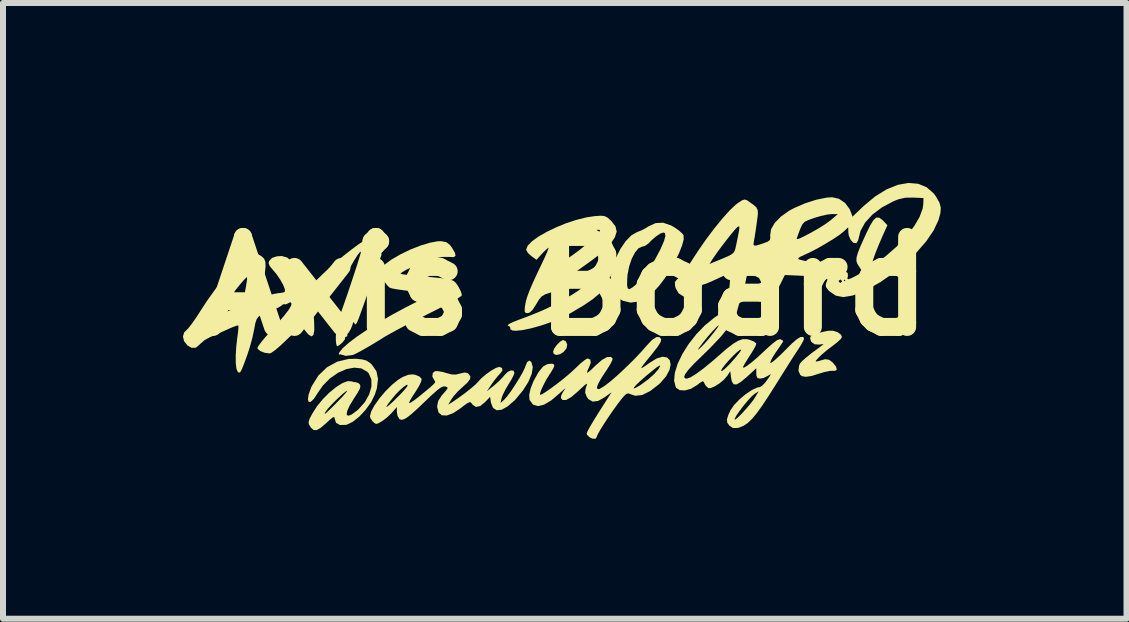
<source format=kicad_pcb>
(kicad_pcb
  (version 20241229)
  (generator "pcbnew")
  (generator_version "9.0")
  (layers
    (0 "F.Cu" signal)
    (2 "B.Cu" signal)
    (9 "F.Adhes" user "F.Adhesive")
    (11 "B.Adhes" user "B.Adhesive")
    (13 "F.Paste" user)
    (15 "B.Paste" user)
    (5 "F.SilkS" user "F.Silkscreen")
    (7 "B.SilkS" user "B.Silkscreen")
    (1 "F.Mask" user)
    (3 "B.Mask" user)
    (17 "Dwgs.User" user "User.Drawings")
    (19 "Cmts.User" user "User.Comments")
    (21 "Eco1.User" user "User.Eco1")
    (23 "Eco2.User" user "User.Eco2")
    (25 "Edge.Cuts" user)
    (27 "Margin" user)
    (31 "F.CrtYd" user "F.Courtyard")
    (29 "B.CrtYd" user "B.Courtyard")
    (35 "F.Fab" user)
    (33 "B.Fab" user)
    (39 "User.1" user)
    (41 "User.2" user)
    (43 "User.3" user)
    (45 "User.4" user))
  (footprint "Axis Board"
    (layer "F.Cu")
    (at 6.394 1.722)
    (property "Reference" "Axis Board" (at 0 0 0) (layer "F.SilkS") (effects (font (size 1.5 1.5) (thickness 0.3))))
    (attr board_only exclude_from_pos_files exclude_from_bom)
    (fp_poly (pts (xy -3.221 -0.798) (xy -3.235 -0.784) (xy -3.249 -0.798) (xy -3.235 -0.812)) (stroke (width 0) (type solid)) (fill yes) (layer "F.SilkS"))
    (fp_poly (pts (xy -0.01 0.919) (xy 0.012 0.973) (xy 0.001 1.034) (xy -0.048 1.095) (xy -0.109 1.133) (xy -0.168 1.146) (xy -0.211 1.129) (xy -0.224 1.091) (xy -0.205 1.04) (xy -0.161 0.978) (xy -0.107 0.924) (xy -0.061 0.897) (xy -0.055 0.896)) (stroke (width 0) (type solid)) (fill yes) (layer "F.SilkS"))
    (fp_poly (pts (xy 4.523 0.767) (xy 4.577 0.809) (xy 4.592 0.848) (xy 4.571 0.881) (xy 4.515 0.933) (xy 4.44 0.991) (xy 4.346 1.062) (xy 4.259 1.136) (xy 4.209 1.183) (xy 4.167 1.229) (xy 4.152 1.252) (xy 4.173 1.254) (xy 4.235 1.238) (xy 4.312 1.216) (xy 4.379 1.226) (xy 4.438 1.271) (xy 4.493 1.339) (xy 4.507 1.388) (xy 4.48 1.41) (xy 4.446 1.409) (xy 4.386 1.412) (xy 4.296 1.431) (xy 4.217 1.455) (xy 4.084 1.496) (xy 3.99 1.51) (xy 3.926 1.499) (xy 3.898 1.479) (xy 3.867 1.411) (xy 3.877 1.325) (xy 3.892 1.289) (xy 3.927 1.248) (xy 3.995 1.188) (xy 4.082 1.118) (xy 4.102 1.103) (xy 4.187 1.041) (xy 4.25 0.993) (xy 4.283 0.967) (xy 4.285 0.965) (xy 4.261 0.966) (xy 4.215 0.973) (xy 4.134 0.967) (xy 4.078 0.924) (xy 4.061 0.866) (xy 4.07 0.836) (xy 4.104 0.81) (xy 4.171 0.786) (xy 4.281 0.759) (xy 4.363 0.742) (xy 4.445 0.742)) (stroke (width 0) (type solid)) (fill yes) (layer "F.SilkS"))
    (fp_poly (pts (xy 1.747 -1.012) (xy 1.802 -0.98) (xy 1.878 -0.926) (xy 1.934 -0.875) (xy 1.951 -0.851) (xy 1.954 -0.782) (xy 1.927 -0.68) (xy 1.877 -0.553) (xy 1.808 -0.412) (xy 1.726 -0.267) (xy 1.636 -0.129) (xy 1.543 -0.007) (xy 1.481 0.061) (xy 1.336 0.185) (xy 1.2 0.255) (xy 1.068 0.273) (xy 0.936 0.241) (xy 0.935 0.24) (xy 0.859 0.19) (xy 0.79 0.12) (xy 0.785 0.114) (xy 0.751 0.058) (xy 0.735 0.00041) (xy 0.734 -0.024) (xy 1.01 -0.024) (xy 1.02 0.036) (xy 1.049 0.049) (xy 1.102 0.018) (xy 1.164 -0.033) (xy 1.265 -0.14) (xy 1.374 -0.284) (xy 1.479 -0.452) (xy 1.57 -0.624) (xy 1.625 -0.753) (xy 1.649 -0.839) (xy 1.641 -0.886) (xy 1.614 -0.896) (xy 1.563 -0.878) (xy 1.492 -0.83) (xy 1.418 -0.767) (xy 1.368 -0.715) (xy 1.308 -0.672) (xy 1.257 -0.659) (xy 1.199 -0.632) (xy 1.141 -0.561) (xy 1.087 -0.457) (xy 1.045 -0.331) (xy 1.018 -0.195) (xy 1.013 -0.136) (xy 1.01 -0.024) (xy 0.734 -0.024) (xy 0.733 -0.078) (xy 0.739 -0.158) (xy 0.768 -0.316) (xy 0.824 -0.475) (xy 0.9 -0.624) (xy 0.988 -0.753) (xy 1.083 -0.85) (xy 1.178 -0.904) (xy 1.187 -0.907) (xy 1.256 -0.934) (xy 1.339 -0.98) (xy 1.361 -0.995) (xy 1.486 -1.053) (xy 1.612 -1.059)) (stroke (width 0) (type solid)) (fill yes) (layer "F.SilkS"))
    (fp_poly (pts (xy -2.002 -0.734) (xy -1.943 -0.688) (xy -1.912 -0.647) (xy -1.86 -0.559) (xy -1.85 -0.506) (xy -1.881 -0.485) (xy -1.953 -0.489) (xy -2.066 -0.489) (xy -2.215 -0.458) (xy -2.254 -0.446) (xy -2.358 -0.41) (xy -2.47 -0.366) (xy -2.578 -0.319) (xy -2.67 -0.275) (xy -2.737 -0.237) (xy -2.766 -0.212) (xy -2.765 -0.208) (xy -2.734 -0.2) (xy -2.659 -0.19) (xy -2.551 -0.178) (xy -2.434 -0.167) (xy -2.246 -0.151) (xy -2.105 -0.137) (xy -2.004 -0.124) (xy -1.934 -0.11) (xy -1.886 -0.091) (xy -1.854 -0.066) (xy -1.828 -0.033) (xy -1.803 0.004) (xy -1.764 0.079) (xy -1.746 0.138) (xy -1.747 0.155) (xy -1.775 0.178) (xy -1.846 0.221) (xy -1.953 0.28) (xy -2.088 0.351) (xy -2.244 0.43) (xy -2.316 0.466) (xy -2.491 0.554) (xy -2.662 0.641) (xy -2.817 0.723) (xy -2.945 0.793) (xy -3.037 0.846) (xy -3.052 0.856) (xy -3.165 0.926) (xy -3.282 0.996) (xy -3.392 1.059) (xy -3.484 1.109) (xy -3.546 1.139) (xy -3.564 1.145) (xy -3.592 1.15) (xy -3.681 1.161) (xy -3.726 1.147) (xy -3.774 1.135) (xy -3.789 1.139) (xy -3.798 1.132) (xy -3.785 1.1) (xy -3.729 1.031) (xy -3.629 0.942) (xy -3.491 0.838) (xy -3.321 0.723) (xy -3.125 0.601) (xy -2.91 0.476) (xy -2.682 0.353) (xy -2.619 0.321) (xy -2.222 0.119) (xy -2.559 0.085) (xy -2.695 0.07) (xy -2.813 0.053) (xy -2.901 0.038) (xy -2.946 0.025) (xy -2.987 -0.013) (xy -3.04 -0.082) (xy -3.071 -0.131) (xy -3.147 -0.261) (xy -3.037 -0.357) (xy -2.918 -0.445) (xy -2.769 -0.531) (xy -2.605 -0.611) (xy -2.437 -0.677) (xy -2.28 -0.725) (xy -2.147 -0.75) (xy -2.085 -0.751)) (stroke (width 0) (type solid)) (fill yes) (layer "F.SilkS"))
    (fp_poly (pts (xy -3.406 1.22) (xy -3.335 1.239) (xy -3.279 1.275) (xy -3.245 1.307) (xy -3.169 1.416) (xy -3.142 1.546) (xy -3.161 1.701) (xy -3.195 1.806) (xy -3.258 1.934) (xy -3.349 2.06) (xy -3.454 2.173) (xy -3.562 2.259) (xy -3.662 2.308) (xy -3.679 2.311) (xy -3.778 2.313) (xy -3.842 2.277) (xy -3.865 2.206) (xy -3.865 2.205) (xy -3.871 2.181) (xy -3.895 2.186) (xy -3.945 2.225) (xy -4.003 2.279) (xy -4.096 2.359) (xy -4.164 2.398) (xy -4.214 2.398) (xy -4.258 2.361) (xy -4.272 2.34) (xy -4.296 2.298) (xy -4.299 2.259) (xy -4.281 2.206) (xy -4.239 2.126) (xy -4.031 2.126) (xy -4.026 2.128) (xy -4.004 2.11) (xy -3.951 2.06) (xy -3.877 1.987) (xy -3.823 1.932) (xy -3.729 1.835) (xy -3.673 1.77) (xy -3.655 1.741) (xy -3.674 1.749) (xy -3.731 1.795) (xy -3.826 1.882) (xy -3.827 1.883) (xy -3.911 1.967) (xy -3.978 2.041) (xy -4.02 2.097) (xy -4.031 2.126) (xy -4.239 2.126) (xy -4.238 2.124) (xy -4.16 2.001) (xy -4.062 1.882) (xy -3.953 1.773) (xy -3.842 1.682) (xy -3.738 1.616) (xy -3.649 1.582) (xy -3.589 1.585) (xy -3.532 1.6) (xy -3.511 1.6) (xy -3.469 1.615) (xy -3.446 1.636) (xy -3.435 1.665) (xy -3.446 1.71) (xy -3.484 1.779) (xy -3.541 1.867) (xy -3.617 1.992) (xy -3.658 2.085) (xy -3.664 2.142) (xy -3.638 2.16) (xy -3.579 2.137) (xy -3.49 2.07) (xy -3.468 2.051) (xy -3.362 1.932) (xy -3.289 1.802) (xy -3.252 1.673) (xy -3.253 1.553) (xy -3.296 1.454) (xy -3.321 1.426) (xy -3.419 1.37) (xy -3.539 1.357) (xy -3.672 1.382) (xy -3.809 1.443) (xy -3.942 1.535) (xy -4.061 1.655) (xy -4.15 1.783) (xy -4.214 1.88) (xy -4.265 1.927) (xy -4.298 1.927) (xy -4.311 1.885) (xy -4.299 1.806) (xy -4.259 1.693) (xy -4.247 1.666) (xy -4.136 1.488) (xy -3.992 1.35) (xy -3.822 1.257) (xy -3.632 1.212) (xy -3.511 1.209)) (stroke (width 0) (type solid)) (fill yes) (layer "F.SilkS"))
    (fp_poly (pts (xy 0.632 -1.17) (xy 0.679 -1.148) (xy 0.732 -1.102) (xy 0.744 -1.091) (xy 0.816 -1) (xy 0.837 -0.911) (xy 0.806 -0.815) (xy 0.755 -0.739) (xy 0.694 -0.665) (xy 0.628 -0.597) (xy 0.547 -0.527) (xy 0.439 -0.445) (xy 0.325 -0.362) (xy 0.131 -0.224) (xy 0.284 -0.224) (xy 0.379 -0.22) (xy 0.443 -0.202) (xy 0.498 -0.16) (xy 0.527 -0.132) (xy 0.581 -0.069) (xy 0.612 -0.018) (xy 0.616 -0.005) (xy 0.597 0.059) (xy 0.537 0.133) (xy 0.433 0.219) (xy 0.284 0.32) (xy 0.085 0.438) (xy 0.026 0.472) (xy -0.11 0.539) (xy -0.266 0.601) (xy -0.43 0.657) (xy -0.589 0.701) (xy -0.731 0.731) (xy -0.845 0.742) (xy -0.903 0.737) (xy -0.937 0.715) (xy -0.937 0.698) (xy -0.941 0.674) (xy -0.95 0.672) (xy -0.979 0.654) (xy -0.98 0.648) (xy -0.956 0.628) (xy -0.89 0.596) (xy -0.797 0.559) (xy -0.763 0.547) (xy -0.622 0.494) (xy -0.466 0.431) (xy -0.336 0.374) (xy -0.231 0.322) (xy -0.116 0.261) (xy 0.000237 0.195) (xy 0.107 0.132) (xy 0.194 0.076) (xy 0.252 0.033) (xy 0.271 0.01) (xy 0.271 0.009) (xy 0.236 0.006) (xy 0.161 0.014) (xy 0.058 0.031) (xy -0.058 0.054) (xy -0.176 0.081) (xy -0.259 0.103) (xy -0.352 0.133) (xy -0.412 0.168) (xy -0.46 0.224) (xy -0.504 0.298) (xy -0.564 0.392) (xy -0.615 0.439) (xy -0.648 0.448) (xy -0.684 0.443) (xy -0.698 0.417) (xy -0.695 0.355) (xy -0.691 0.324) (xy -0.677 0.25) (xy -0.652 0.166) (xy -0.613 0.063) (xy -0.557 -0.067) (xy -0.48 -0.233) (xy -0.414 -0.371) (xy -0.404 -0.392) (xy -0.092 -0.392) (xy -0.064 -0.407) (xy -0.002 -0.447) (xy 0.081 -0.505) (xy 0.108 -0.524) (xy 0.219 -0.606) (xy 0.327 -0.694) (xy 0.424 -0.779) (xy 0.501 -0.852) (xy 0.549 -0.906) (xy 0.56 -0.929) (xy 0.547 -0.941) (xy 0.505 -0.94) (xy 0.427 -0.923) (xy 0.308 -0.89) (xy 0.174 -0.849) (xy 0.063 -0.814) (xy -0.002 -0.789) (xy -0.03 -0.769) (xy -0.03 -0.749) (xy -0.01 -0.724) (xy 0.015 -0.69) (xy 0.02 -0.656) (xy 0.002 -0.604) (xy -0.034 -0.532) (xy -0.071 -0.456) (xy -0.091 -0.405) (xy -0.092 -0.392) (xy -0.404 -0.392) (xy -0.362 -0.481) (xy -0.323 -0.57) (xy -0.301 -0.628) (xy -0.298 -0.644) (xy -0.325 -0.625) (xy -0.375 -0.577) (xy -0.407 -0.543) (xy -0.5 -0.441) (xy -0.586 -0.503) (xy -0.643 -0.555) (xy -0.671 -0.605) (xy -0.672 -0.613) (xy -0.646 -0.677) (xy -0.575 -0.75) (xy -0.466 -0.828) (xy -0.329 -0.907) (xy -0.171 -0.983) (xy -0.002 -1.052) (xy 0.17 -1.108) (xy 0.336 -1.149) (xy 0.471 -1.169) (xy 0.569 -1.176)) (stroke (width 0) (type solid)) (fill yes) (layer "F.SilkS"))
    (fp_poly (pts (xy 1.553 0.849) (xy 1.579 0.884) (xy 1.569 0.93) (xy 1.519 1.01) (xy 1.431 1.123) (xy 1.416 1.142) (xy 1.341 1.233) (xy 1.283 1.307) (xy 1.25 1.354) (xy 1.245 1.366) (xy 1.27 1.356) (xy 1.326 1.319) (xy 1.386 1.276) (xy 1.505 1.203) (xy 1.603 1.175) (xy 1.676 1.187) (xy 1.721 1.232) (xy 1.736 1.304) (xy 1.717 1.395) (xy 1.662 1.499) (xy 1.567 1.61) (xy 1.545 1.631) (xy 1.394 1.748) (xy 1.262 1.813) (xy 1.147 1.826) (xy 1.081 1.805) (xy 1.037 1.787) (xy 1.002 1.792) (xy 0.961 1.828) (xy 0.913 1.885) (xy 0.845 1.974) (xy 0.769 2.08) (xy 0.691 2.194) (xy 0.618 2.305) (xy 0.558 2.402) (xy 0.518 2.474) (xy 0.504 2.511) (xy 0.484 2.543) (xy 0.431 2.54) (xy 0.385 2.518) (xy 0.344 2.479) (xy 0.336 2.454) (xy 0.35 2.418) (xy 0.39 2.345) (xy 0.449 2.245) (xy 0.522 2.127) (xy 0.544 2.092) (xy 0.752 1.767) (xy 0.636 1.851) (xy 0.525 1.913) (xy 0.435 1.923) (xy 0.364 1.881) (xy 0.337 1.842) (xy 0.311 1.774) (xy 0.318 1.707) (xy 0.328 1.678) (xy 0.342 1.638) (xy 0.338 1.625) (xy 0.31 1.643) (xy 0.253 1.694) (xy 0.197 1.747) (xy 0.082 1.846) (xy -0.006 1.896) (xy -0.066 1.897) (xy -0.094 1.863) (xy -0.087 1.817) (xy -0.052 1.752) (xy -0.036 1.73) (xy -0.018 1.704) (xy -0.037 1.714) (xy -0.087 1.759) (xy -0.114 1.784) (xy -0.254 1.903) (xy -0.377 1.975) (xy -0.478 1.998) (xy -0.558 1.973) (xy -0.613 1.899) (xy -0.617 1.888) (xy -0.622 1.811) (xy -0.598 1.703) (xy -0.548 1.579) (xy -0.478 1.452) (xy -0.453 1.414) (xy -0.389 1.337) (xy -0.325 1.301) (xy -0.286 1.293) (xy -0.226 1.293) (xy -0.202 1.312) (xy -0.214 1.358) (xy -0.261 1.438) (xy -0.281 1.467) (xy -0.337 1.557) (xy -0.386 1.651) (xy -0.424 1.733) (xy -0.442 1.791) (xy -0.44 1.809) (xy -0.411 1.802) (xy -0.35 1.764) (xy -0.264 1.705) (xy -0.164 1.631) (xy -0.06 1.55) (xy 0.039 1.468) (xy 0.123 1.392) (xy 0.149 1.367) (xy 0.229 1.291) (xy 0.298 1.235) (xy 0.344 1.206) (xy 0.351 1.204) (xy 0.398 1.223) (xy 0.404 1.277) (xy 0.377 1.346) (xy 0.35 1.407) (xy 0.342 1.442) (xy 0.343 1.444) (xy 0.366 1.431) (xy 0.417 1.387) (xy 0.485 1.321) (xy 0.491 1.316) (xy 0.591 1.228) (xy 0.676 1.181) (xy 0.74 1.178) (xy 0.769 1.203) (xy 0.762 1.237) (xy 0.728 1.303) (xy 0.673 1.392) (xy 0.642 1.437) (xy 0.579 1.534) (xy 0.532 1.619) (xy 0.509 1.678) (xy 0.508 1.692) (xy 0.52 1.715) (xy 0.548 1.713) (xy 0.562 1.705) (xy 1.121 1.705) (xy 1.155 1.693) (xy 1.228 1.65) (xy 1.249 1.635) (xy 1.365 1.55) (xy 1.464 1.462) (xy 1.531 1.385) (xy 1.544 1.365) (xy 1.561 1.327) (xy 1.55 1.322) (xy 1.506 1.35) (xy 1.451 1.393) (xy 1.328 1.494) (xy 1.231 1.579) (xy 1.162 1.644) (xy 1.125 1.688) (xy 1.121 1.705) (xy 0.562 1.705) (xy 0.604 1.681) (xy 0.644 1.654) (xy 0.735 1.584) (xy 0.852 1.483) (xy 0.981 1.362) (xy 1.113 1.233) (xy 1.234 1.106) (xy 1.334 0.993) (xy 1.339 0.987) (xy 1.428 0.893) (xy 1.5 0.847)) (stroke (width 0) (type solid)) (fill yes) (layer "F.SilkS"))
    (fp_poly (pts (xy -0.585 1.264) (xy -0.562 1.35) (xy -0.58 1.462) (xy -0.635 1.593) (xy -0.724 1.734) (xy -0.843 1.878) (xy -0.867 1.904) (xy -0.982 2.004) (xy -1.082 2.059) (xy -1.164 2.067) (xy -1.224 2.029) (xy -1.259 1.944) (xy -1.26 1.934) (xy -1.274 1.844) (xy -1.356 1.93) (xy -1.44 1.998) (xy -1.511 2.012) (xy -1.567 1.973) (xy -1.573 1.963) (xy -1.594 1.937) (xy -1.619 1.933) (xy -1.66 1.954) (xy -1.728 2.004) (xy -1.764 2.033) (xy -1.89 2.116) (xy -1.996 2.155) (xy -2.079 2.151) (xy -2.133 2.104) (xy -2.156 2.014) (xy -2.156 1.997) (xy -2.139 1.912) (xy -2.081 1.822) (xy -2.058 1.796) (xy -2.002 1.732) (xy -1.981 1.698) (xy -1.991 1.681) (xy -2.022 1.671) (xy -2.056 1.671) (xy -2.101 1.692) (xy -2.163 1.74) (xy -2.252 1.819) (xy -2.338 1.901) (xy -2.474 2.031) (xy -2.578 2.125) (xy -2.655 2.186) (xy -2.711 2.219) (xy -2.751 2.227) (xy -2.782 2.216) (xy -2.787 2.212) (xy -2.817 2.16) (xy -2.828 2.096) (xy -2.828 2.014) (xy -2.917 2.115) (xy -2.987 2.183) (xy -3.066 2.244) (xy -3.137 2.285) (xy -3.175 2.296) (xy -3.203 2.279) (xy -3.233 2.252) (xy -3.268 2.199) (xy -3.277 2.167) (xy -3.256 2.088) (xy -3.21 2.002) (xy -3.001 2.002) (xy -2.998 2.013) (xy -2.958 1.983) (xy -2.879 1.911) (xy -2.858 1.89) (xy -2.775 1.807) (xy -2.706 1.733) (xy -2.662 1.679) (xy -2.655 1.669) (xy -2.648 1.642) (xy -2.672 1.648) (xy -2.718 1.68) (xy -2.777 1.732) (xy -2.841 1.796) (xy -2.893 1.857) (xy -2.966 1.95) (xy -3.001 2.002) (xy -3.21 2.002) (xy -3.2 1.985) (xy -3.118 1.869) (xy -3.02 1.753) (xy -2.913 1.646) (xy -2.808 1.56) (xy -2.731 1.513) (xy -2.638 1.476) (xy -2.562 1.469) (xy -2.516 1.478) (xy -2.45 1.506) (xy -2.415 1.544) (xy -2.414 1.548) (xy -2.424 1.592) (xy -2.46 1.667) (xy -2.515 1.756) (xy -2.521 1.765) (xy -2.576 1.849) (xy -2.613 1.914) (xy -2.625 1.948) (xy -2.625 1.949) (xy -2.598 1.94) (xy -2.542 1.903) (xy -2.475 1.852) (xy -2.354 1.753) (xy -2.271 1.684) (xy -2.22 1.638) (xy -2.194 1.608) (xy -2.189 1.589) (xy -2.198 1.573) (xy -2.205 1.565) (xy -2.237 1.505) (xy -2.229 1.447) (xy -2.194 1.416) (xy -2.142 1.415) (xy -2.06 1.43) (xy -2.012 1.444) (xy -1.916 1.47) (xy -1.842 1.472) (xy -1.777 1.456) (xy -1.7 1.438) (xy -1.652 1.447) (xy -1.637 1.457) (xy -1.603 1.5) (xy -1.607 1.547) (xy -1.652 1.607) (xy -1.729 1.677) (xy -1.812 1.754) (xy -1.884 1.835) (xy -1.917 1.882) (xy -1.972 1.974) (xy -1.889 1.922) (xy -1.793 1.856) (xy -1.69 1.78) (xy -1.594 1.704) (xy -1.517 1.638) (xy -1.474 1.593) (xy -1.473 1.592) (xy -1.42 1.534) (xy -1.342 1.468) (xy -1.256 1.407) (xy -1.177 1.362) (xy -1.122 1.344) (xy -1.122 1.344) (xy -1.075 1.362) (xy -1.068 1.404) (xy -1.105 1.455) (xy -1.109 1.458) (xy -1.149 1.502) (xy -1.205 1.573) (xy -1.241 1.623) (xy -1.328 1.75) (xy -1.211 1.657) (xy -1.13 1.586) (xy -1.059 1.512) (xy -1.035 1.482) (xy -0.981 1.429) (xy -0.926 1.403) (xy -0.883 1.408) (xy -0.868 1.443) (xy -0.883 1.487) (xy -0.921 1.561) (xy -0.965 1.632) (xy -1.02 1.725) (xy -1.063 1.813) (xy -1.081 1.862) (xy -1.101 1.946) (xy -1.04 1.893) (xy -0.991 1.837) (xy -0.925 1.749) (xy -0.854 1.641) (xy -0.784 1.53) (xy -0.727 1.429) (xy -0.691 1.353) (xy -0.685 1.334) (xy -0.656 1.264) (xy -0.62 1.239)) (stroke (width 0) (type solid)) (fill yes) (layer "F.SilkS"))
    (fp_poly (pts (xy -3.308 -0.764) (xy -3.311 -0.75) (xy -3.296 -0.716) (xy -3.245 -0.669) (xy -3.202 -0.638) (xy -3.133 -0.591) (xy -3.089 -0.553) (xy -3.081 -0.54) (xy -3.09 -0.507) (xy -3.116 -0.432) (xy -3.153 -0.325) (xy -3.199 -0.197) (xy -3.21 -0.168) (xy -3.268 -0.008) (xy -3.329 0.161) (xy -3.385 0.318) (xy -3.425 0.43) (xy -3.468 0.548) (xy -3.499 0.616) (xy -3.52 0.638) (xy -3.531 0.626) (xy -3.546 0.596) (xy -3.56 0.614) (xy -3.57 0.65) (xy -3.599 0.718) (xy -3.629 0.758) (xy -3.655 0.797) (xy -3.653 0.815) (xy -3.659 0.838) (xy -3.672 0.84) (xy -3.693 0.85) (xy -3.689 0.857) (xy -3.695 0.886) (xy -3.732 0.934) (xy -3.742 0.944) (xy -3.792 0.986) (xy -3.824 1) (xy -3.827 0.999) (xy -3.839 0.963) (xy -3.845 0.899) (xy -3.845 0.829) (xy -3.84 0.774) (xy -3.83 0.756) (xy -3.815 0.732) (xy -3.808 0.672) (xy -3.808 0.665) (xy -3.798 0.581) (xy -3.774 0.481) (xy -3.763 0.448) (xy -3.705 0.283) (xy -3.646 0.112) (xy -3.589 -0.057) (xy -3.537 -0.215) (xy -3.491 -0.355) (xy -3.456 -0.468) (xy -3.433 -0.545) (xy -3.426 -0.579) (xy -3.426 -0.579) (xy -3.448 -0.565) (xy -3.489 -0.511) (xy -3.543 -0.426) (xy -3.598 -0.33) (xy -3.641 -0.265) (xy -3.712 -0.174) (xy -3.799 -0.071) (xy -3.855 -0.008) (xy -3.98 0.128) (xy -4.073 0.23) (xy -4.138 0.306) (xy -4.18 0.365) (xy -4.204 0.413) (xy -4.213 0.459) (xy -4.213 0.512) (xy -4.208 0.578) (xy -4.207 0.602) (xy -4.204 0.732) (xy -4.218 0.81) (xy -4.248 0.836) (xy -4.295 0.811) (xy -4.328 0.776) (xy -4.374 0.718) (xy -4.401 0.673) (xy -4.402 0.671) (xy -4.424 0.677) (xy -4.478 0.717) (xy -4.554 0.785) (xy -4.646 0.873) (xy -4.653 0.88) (xy -4.766 0.987) (xy -4.859 1.066) (xy -4.925 1.112) (xy -4.951 1.12) (xy -5.031 1.109) (xy -5.103 1.081) (xy -5.147 1.046) (xy -5.153 1.029) (xy -5.135 0.994) (xy -5.087 0.929) (xy -5.016 0.843) (xy -4.95 0.769) (xy -4.808 0.609) (xy -4.703 0.486) (xy -4.632 0.394) (xy -4.594 0.33) (xy -4.584 0.29) (xy -4.586 0.286) (xy -4.606 0.264) (xy -4.638 0.283) (xy -4.679 0.303) (xy -4.695 0.299) (xy -4.725 0.302) (xy -4.751 0.323) (xy -4.804 0.356) (xy -4.882 0.387) (xy -4.895 0.391) (xy -4.992 0.426) (xy -5.085 0.472) (xy -5.087 0.474) (xy -5.135 0.508) (xy -5.166 0.551) (xy -5.188 0.618) (xy -5.208 0.725) (xy -5.209 0.729) (xy -5.236 0.857) (xy -5.277 1.007) (xy -5.322 1.147) (xy -5.326 1.157) (xy -5.374 1.288) (xy -5.408 1.374) (xy -5.432 1.422) (xy -5.451 1.44) (xy -5.469 1.436) (xy -5.483 1.423) (xy -5.503 1.372) (xy -5.514 1.277) (xy -5.514 1.149) (xy -5.505 0.999) (xy -5.488 0.857) (xy -5.475 0.76) (xy -5.469 0.687) (xy -5.471 0.653) (xy -5.471 0.653) (xy -5.5 0.658) (xy -5.566 0.682) (xy -5.655 0.721) (xy -5.666 0.726) (xy -5.775 0.775) (xy -5.88 0.822) (xy -5.952 0.853) (xy -6.036 0.9) (xy -6.104 0.959) (xy -6.11 0.966) (xy -6.177 1.024) (xy -6.249 1.027) (xy -6.319 0.987) (xy -6.376 0.915) (xy -6.394 0.836) (xy -6.372 0.767) (xy -6.344 0.74) (xy -6.305 0.701) (xy -6.245 0.624) (xy -6.174 0.522) (xy -6.13 0.455) (xy -5.796 0.455) (xy -5.794 0.469) (xy -5.78 0.472) (xy -5.744 0.461) (xy -5.675 0.431) (xy -5.592 0.394) (xy -5.494 0.344) (xy -5.424 0.296) (xy -5.395 0.261) (xy -5.382 0.205) (xy -5.364 0.117) (xy -5.346 0.018) (xy -5.331 -0.073) (xy -5.322 -0.137) (xy -5.321 -0.152) (xy -5.336 -0.146) (xy -5.377 -0.105) (xy -5.437 -0.036) (xy -5.508 0.051) (xy -5.585 0.148) (xy -5.658 0.245) (xy -5.723 0.333) (xy -5.77 0.404) (xy -5.795 0.448) (xy -5.796 0.455) (xy -6.13 0.455) (xy -6.104 0.414) (xy -5.995 0.247) (xy -5.872 0.074) (xy -5.744 -0.095) (xy -5.619 -0.25) (xy -5.504 -0.381) (xy -5.407 -0.478) (xy -5.374 -0.507) (xy -5.259 -0.598) (xy -5.163 -0.546) (xy -5.088 -0.503) (xy -5.042 -0.461) (xy -5.02 -0.407) (xy -5.017 -0.328) (xy -5.029 -0.211) (xy -5.034 -0.173) (xy -5.051 -0.055) (xy -5.068 0.048) (xy -5.081 0.118) (xy -5.085 0.131) (xy -5.093 0.167) (xy -5.081 0.179) (xy -5.037 0.172) (xy -4.969 0.152) (xy -4.877 0.128) (xy -4.797 0.114) (xy -4.772 0.112) (xy -4.716 0.103) (xy -4.694 0.089) (xy -4.696 0.046) (xy -4.725 -0.026) (xy -4.774 -0.113) (xy -4.835 -0.202) (xy -4.889 -0.266) (xy -4.946 -0.334) (xy -4.966 -0.382) (xy -4.958 -0.419) (xy -4.909 -0.472) (xy -4.83 -0.499) (xy -4.746 -0.504) (xy -4.653 -0.477) (xy -4.562 -0.394) (xy -4.471 -0.256) (xy -4.406 -0.122) (xy -4.329 0.054) (xy -4.048 -0.218) (xy -3.94 -0.319) (xy -3.819 -0.424) (xy -3.694 -0.526) (xy -3.574 -0.62) (xy -3.467 -0.699) (xy -3.382 -0.755) (xy -3.328 -0.783) (xy -3.319 -0.784)) (stroke (width 0) (type solid)) (fill yes) (layer "F.SilkS"))
    (fp_poly (pts (xy 5.864 -1.708) (xy 6.006 -1.649) (xy 6.125 -1.544) (xy 6.163 -1.49) (xy 6.218 -1.392) (xy 6.24 -1.308) (xy 6.233 -1.216) (xy 6.2 -1.1) (xy 6.12 -0.93) (xy 5.997 -0.749) (xy 5.837 -0.565) (xy 5.651 -0.385) (xy 5.446 -0.217) (xy 5.231 -0.068) (xy 5.015 0.054) (xy 4.807 0.142) (xy 4.763 0.156) (xy 4.615 0.181) (xy 4.49 0.157) (xy 4.383 0.084) (xy 4.368 0.069) (xy 4.326 0.014) (xy 4.322 -0.033) (xy 4.335 -0.068) (xy 4.341 -0.084) (xy 4.537 -0.084) (xy 4.558 -0.057) (xy 4.565 -0.056) (xy 4.592 -0.077) (xy 4.593 -0.084) (xy 4.582 -0.098) (xy 4.621 -0.098) (xy 4.635 -0.084) (xy 4.649 -0.098) (xy 4.635 -0.112) (xy 4.621 -0.098) (xy 4.582 -0.098) (xy 4.571 -0.111) (xy 4.565 -0.112) (xy 4.538 -0.091) (xy 4.537 -0.084) (xy 4.341 -0.084) (xy 4.35 -0.108) (xy 4.341 -0.13) (xy 4.297 -0.143) (xy 4.22 -0.153) (xy 4.117 -0.162) (xy 3.986 -0.171) (xy 3.857 -0.178) (xy 3.64 -0.187) (xy 3.555 -0.015) (xy 3.481 0.119) (xy 3.406 0.223) (xy 3.339 0.288) (xy 3.289 0.308) (xy 3.262 0.296) (xy 3.251 0.257) (xy 3.258 0.183) (xy 3.282 0.067) (xy 3.309 -0.041) (xy 3.37 -0.272) (xy 3.308 -0.359) (xy 3.26 -0.414) (xy 3.211 -0.429) (xy 3.146 -0.405) (xy 3.092 -0.373) (xy 3.055 -0.333) (xy 3.025 -0.259) (xy 2.999 -0.142) (xy 2.997 -0.133) (xy 2.972 -0.01) (xy 2.94 0.111) (xy 2.912 0.196) (xy 2.877 0.296) (xy 2.849 0.394) (xy 2.843 0.42) (xy 2.798 0.535) (xy 2.706 0.677) (xy 2.571 0.843) (xy 2.392 1.032) (xy 2.272 1.149) (xy 2.13 1.287) (xy 2.032 1.393) (xy 1.976 1.469) (xy 1.961 1.517) (xy 1.986 1.539) (xy 2.004 1.54) (xy 2.063 1.521) (xy 2.156 1.464) (xy 2.233 1.408) (xy 2.576 1.408) (xy 2.593 1.413) (xy 2.638 1.379) (xy 2.708 1.311) (xy 2.796 1.214) (xy 2.837 1.165) (xy 2.895 1.092) (xy 2.913 1.057) (xy 2.894 1.059) (xy 2.845 1.096) (xy 2.779 1.158) (xy 2.708 1.233) (xy 2.642 1.309) (xy 2.595 1.371) (xy 2.576 1.408) (xy 2.233 1.408) (xy 2.278 1.375) (xy 2.424 1.256) (xy 2.532 1.162) (xy 2.67 1.042) (xy 2.778 0.959) (xy 2.864 0.908) (xy 2.936 0.883) (xy 3.003 0.882) (xy 3.057 0.894) (xy 3.125 0.922) (xy 3.162 0.952) (xy 3.164 0.96) (xy 3.15 0.999) (xy 3.111 1.069) (xy 3.057 1.156) (xy 3.052 1.162) (xy 2.998 1.248) (xy 2.958 1.315) (xy 2.941 1.352) (xy 2.941 1.353) (xy 2.959 1.357) (xy 3.011 1.326) (xy 3.091 1.265) (xy 3.192 1.178) (xy 3.307 1.071) (xy 3.321 1.058) (xy 3.429 0.96) (xy 3.505 0.902) (xy 3.555 0.883) (xy 3.566 0.884) (xy 3.606 0.905) (xy 3.613 0.915) (xy 3.598 0.942) (xy 3.558 1.002) (xy 3.502 1.083) (xy 3.495 1.093) (xy 3.441 1.176) (xy 3.406 1.242) (xy 3.398 1.278) (xy 3.399 1.28) (xy 3.425 1.269) (xy 3.481 1.224) (xy 3.558 1.153) (xy 3.642 1.07) (xy 3.756 0.956) (xy 3.84 0.883) (xy 3.899 0.847) (xy 3.939 0.844) (xy 3.96 0.863) (xy 3.953 0.897) (xy 3.92 0.961) (xy 3.872 1.038) (xy 3.822 1.114) (xy 3.75 1.225) (xy 3.664 1.361) (xy 3.571 1.509) (xy 3.508 1.61) (xy 3.375 1.82) (xy 3.265 1.987) (xy 3.173 2.115) (xy 3.093 2.211) (xy 3.022 2.279) (xy 2.955 2.324) (xy 2.887 2.353) (xy 2.85 2.363) (xy 2.773 2.363) (xy 2.715 2.323) (xy 2.68 2.275) (xy 2.675 2.221) (xy 2.802 2.221) (xy 2.818 2.22) (xy 2.861 2.184) (xy 2.921 2.124) (xy 2.989 2.05) (xy 3.057 1.971) (xy 3.115 1.896) (xy 3.149 1.844) (xy 3.204 1.75) (xy 3.135 1.795) (xy 3.086 1.837) (xy 3.021 1.908) (xy 2.95 1.993) (xy 2.884 2.081) (xy 2.831 2.157) (xy 2.804 2.21) (xy 2.802 2.221) (xy 2.675 2.221) (xy 2.675 2.218) (xy 2.7 2.139) (xy 2.734 2.067) (xy 2.795 1.978) (xy 2.884 1.886) (xy 2.987 1.799) (xy 3.092 1.729) (xy 3.185 1.687) (xy 3.226 1.68) (xy 3.262 1.658) (xy 3.314 1.604) (xy 3.345 1.562) (xy 3.392 1.495) (xy 3.406 1.467) (xy 3.391 1.472) (xy 3.36 1.492) (xy 3.288 1.528) (xy 3.228 1.54) (xy 3.183 1.53) (xy 3.166 1.489) (xy 3.164 1.453) (xy 3.164 1.367) (xy 3.007 1.511) (xy 2.906 1.596) (xy 2.834 1.637) (xy 2.786 1.634) (xy 2.757 1.588) (xy 2.744 1.527) (xy 2.73 1.416) (xy 2.681 1.492) (xy 2.624 1.558) (xy 2.547 1.622) (xy 2.466 1.672) (xy 2.398 1.699) (xy 2.366 1.698) (xy 2.322 1.66) (xy 2.301 1.623) (xy 2.286 1.591) (xy 2.265 1.586) (xy 2.223 1.611) (xy 2.172 1.651) (xy 2.073 1.71) (xy 1.974 1.737) (xy 1.888 1.732) (xy 1.828 1.693) (xy 1.821 1.682) (xy 1.794 1.575) (xy 1.806 1.442) (xy 1.854 1.29) (xy 1.933 1.127) (xy 1.979 1.054) (xy 2.192 1.054) (xy 2.2 1.055) (xy 2.235 1.024) (xy 2.298 0.96) (xy 2.377 0.869) (xy 2.455 0.773) (xy 2.455 0.772) (xy 2.515 0.693) (xy 2.54 0.654) (xy 2.533 0.653) (xy 2.497 0.684) (xy 2.435 0.749) (xy 2.356 0.839) (xy 2.278 0.935) (xy 2.277 0.936) (xy 2.218 1.015) (xy 2.192 1.054) (xy 1.979 1.054) (xy 2.037 0.962) (xy 2.163 0.801) (xy 2.306 0.653) (xy 2.462 0.525) (xy 2.514 0.49) (xy 2.677 0.384) (xy 2.709 0.087) (xy 2.721 -0.035) (xy 2.729 -0.134) (xy 2.733 -0.199) (xy 2.732 -0.218) (xy 2.705 -0.21) (xy 2.64 -0.183) (xy 2.55 -0.142) (xy 2.518 -0.127) (xy 2.418 -0.081) (xy 2.335 -0.046) (xy 2.284 -0.029) (xy 2.277 -0.028) (xy 2.239 -0.01) (xy 2.178 0.037) (xy 2.127 0.082) (xy 2.054 0.146) (xy 2.003 0.174) (xy 1.959 0.172) (xy 1.949 0.169) (xy 1.869 0.118) (xy 1.82 0.031) (xy 1.81 -0.006) (xy 1.807 -0.07) (xy 1.844 -0.116) (xy 1.86 -0.127) (xy 1.906 -0.171) (xy 1.969 -0.25) (xy 2.037 -0.348) (xy 2.053 -0.372) (xy 2.384 -0.372) (xy 2.591 -0.457) (xy 2.617 -0.468) (xy 3.863 -0.468) (xy 3.869 -0.451) (xy 3.881 -0.446) (xy 3.936 -0.431) (xy 4.027 -0.411) (xy 4.14 -0.389) (xy 4.261 -0.368) (xy 4.374 -0.349) (xy 4.466 -0.336) (xy 4.522 -0.331) (xy 4.53 -0.332) (xy 4.562 -0.323) (xy 4.565 -0.314) (xy 4.587 -0.285) (xy 4.637 -0.256) (xy 4.688 -0.22) (xy 4.692 -0.173) (xy 4.691 -0.168) (xy 4.682 -0.128) (xy 4.695 -0.116) (xy 4.74 -0.13) (xy 4.818 -0.169) (xy 4.885 -0.206) (xy 4.924 -0.234) (xy 4.929 -0.241) (xy 4.914 -0.273) (xy 4.878 -0.329) (xy 4.871 -0.339) (xy 4.845 -0.381) (xy 4.833 -0.425) (xy 4.835 -0.478) (xy 4.855 -0.551) (xy 4.894 -0.651) (xy 4.955 -0.788) (xy 5.001 -0.889) (xy 5.067 -1.022) (xy 5.12 -1.106) (xy 5.167 -1.145) (xy 5.214 -1.143) (xy 5.267 -1.104) (xy 5.288 -1.083) (xy 5.35 -1.018) (xy 5.269 -0.838) (xy 5.207 -0.694) (xy 5.154 -0.563) (xy 5.115 -0.454) (xy 5.092 -0.377) (xy 5.088 -0.338) (xy 5.091 -0.336) (xy 5.121 -0.352) (xy 5.183 -0.396) (xy 5.268 -0.46) (xy 5.322 -0.502) (xy 5.505 -0.662) (xy 5.663 -0.829) (xy 5.792 -0.995) (xy 5.885 -1.153) (xy 5.938 -1.297) (xy 5.948 -1.37) (xy 5.951 -1.47) (xy 5.78 -1.478) (xy 5.648 -1.476) (xy 5.534 -1.45) (xy 5.451 -1.417) (xy 5.258 -1.314) (xy 5.098 -1.193) (xy 4.977 -1.06) (xy 4.901 -0.922) (xy 4.88 -0.839) (xy 4.862 -0.766) (xy 4.836 -0.722) (xy 4.83 -0.718) (xy 4.782 -0.725) (xy 4.737 -0.773) (xy 4.706 -0.845) (xy 4.699 -0.894) (xy 4.696 -0.982) (xy 4.623 -0.914) (xy 4.549 -0.855) (xy 4.439 -0.782) (xy 4.308 -0.702) (xy 4.171 -0.624) (xy 4.043 -0.559) (xy 3.979 -0.53) (xy 3.898 -0.492) (xy 3.863 -0.468) (xy 2.617 -0.468) (xy 2.694 -0.501) (xy 2.757 -0.535) (xy 2.793 -0.569) (xy 2.812 -0.615) (xy 2.825 -0.67) (xy 2.855 -0.815) (xy 2.874 -0.913) (xy 2.882 -0.971) (xy 2.878 -0.996) (xy 2.865 -0.997) (xy 2.843 -0.981) (xy 2.805 -0.94) (xy 2.743 -0.866) (xy 2.668 -0.771) (xy 2.588 -0.667) (xy 2.513 -0.565) (xy 2.452 -0.478) (xy 2.43 -0.445) (xy 2.384 -0.372) (xy 2.053 -0.372) (xy 2.062 -0.387) (xy 2.193 -0.589) (xy 2.33 -0.786) (xy 2.469 -0.97) (xy 2.601 -1.132) (xy 2.721 -1.265) (xy 2.823 -1.361) (xy 2.857 -1.387) (xy 2.926 -1.432) (xy 2.97 -1.446) (xy 3.007 -1.435) (xy 3.031 -1.419) (xy 3.114 -1.36) (xy 3.164 -1.316) (xy 3.187 -1.27) (xy 3.191 -1.206) (xy 3.179 -1.11) (xy 3.172 -1.057) (xy 3.155 -0.939) (xy 3.139 -0.833) (xy 3.126 -0.759) (xy 3.124 -0.749) (xy 3.117 -0.7) (xy 3.129 -0.678) (xy 3.17 -0.68) (xy 3.251 -0.705) (xy 3.28 -0.715) (xy 3.356 -0.744) (xy 3.391 -0.772) (xy 3.394 -0.791) (xy 3.837 -0.791) (xy 3.847 -0.785) (xy 3.884 -0.796) (xy 3.954 -0.829) (xy 4.064 -0.887) (xy 4.087 -0.899) (xy 4.203 -0.965) (xy 4.314 -1.035) (xy 4.4 -1.098) (xy 4.412 -1.108) (xy 4.523 -1.202) (xy 4.423 -1.203) (xy 4.345 -1.195) (xy 4.239 -1.171) (xy 4.133 -1.14) (xy 4.033 -1.104) (xy 3.971 -1.074) (xy 3.934 -1.035) (xy 3.905 -0.976) (xy 3.889 -0.937) (xy 3.86 -0.858) (xy 3.841 -0.805) (xy 3.837 -0.791) (xy 3.394 -0.791) (xy 3.398 -0.815) (xy 3.395 -0.848) (xy 3.41 -0.949) (xy 3.472 -1.057) (xy 3.576 -1.163) (xy 3.713 -1.26) (xy 3.792 -1.302) (xy 3.979 -1.383) (xy 4.166 -1.443) (xy 4.335 -1.477) (xy 4.428 -1.484) (xy 4.542 -1.458) (xy 4.645 -1.388) (xy 4.72 -1.286) (xy 4.735 -1.251) (xy 4.768 -1.16) (xy 4.953 -1.337) (xy 5.146 -1.498) (xy 5.338 -1.616) (xy 5.525 -1.691) (xy 5.702 -1.722)) (stroke (width 0) (type solid)) (fill yes) (layer "F.SilkS")))
  (gr_rect
    (start -3 -3)
    (end 15.73 7.265)
    (stroke (width 0.1) (type default))
    (fill no)
    (layer "Edge.Cuts")))
</source>
